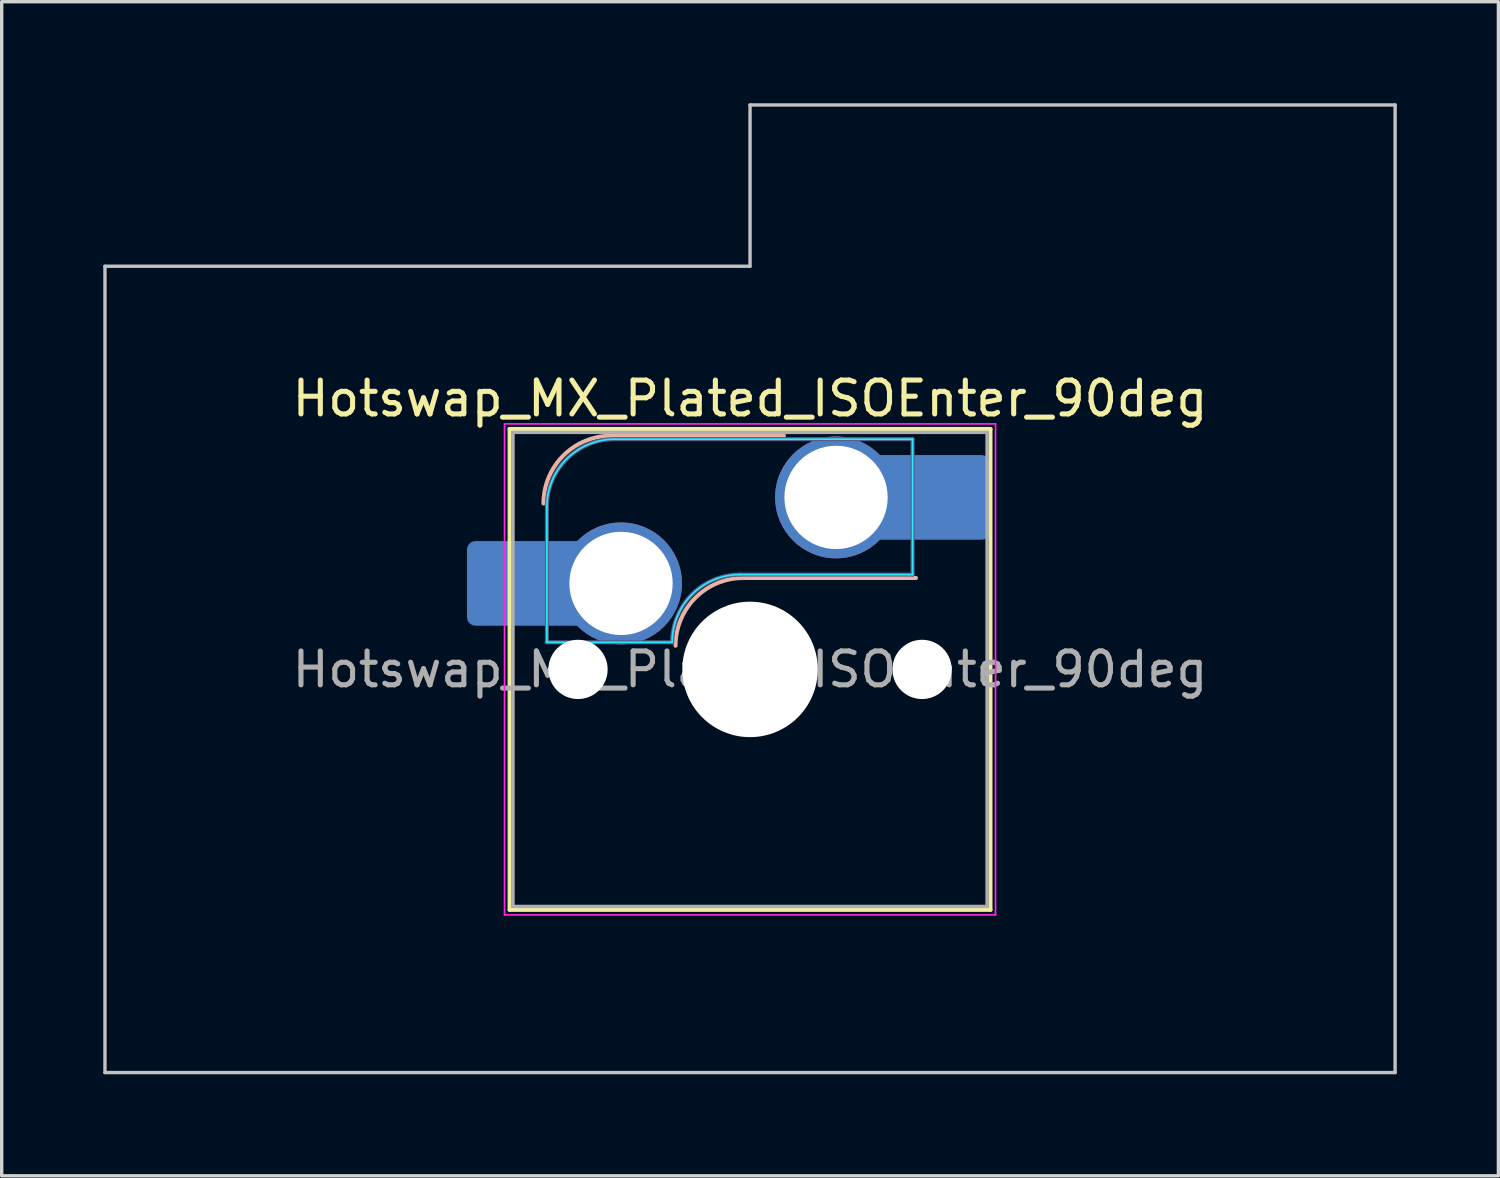
<source format=kicad_pcb>
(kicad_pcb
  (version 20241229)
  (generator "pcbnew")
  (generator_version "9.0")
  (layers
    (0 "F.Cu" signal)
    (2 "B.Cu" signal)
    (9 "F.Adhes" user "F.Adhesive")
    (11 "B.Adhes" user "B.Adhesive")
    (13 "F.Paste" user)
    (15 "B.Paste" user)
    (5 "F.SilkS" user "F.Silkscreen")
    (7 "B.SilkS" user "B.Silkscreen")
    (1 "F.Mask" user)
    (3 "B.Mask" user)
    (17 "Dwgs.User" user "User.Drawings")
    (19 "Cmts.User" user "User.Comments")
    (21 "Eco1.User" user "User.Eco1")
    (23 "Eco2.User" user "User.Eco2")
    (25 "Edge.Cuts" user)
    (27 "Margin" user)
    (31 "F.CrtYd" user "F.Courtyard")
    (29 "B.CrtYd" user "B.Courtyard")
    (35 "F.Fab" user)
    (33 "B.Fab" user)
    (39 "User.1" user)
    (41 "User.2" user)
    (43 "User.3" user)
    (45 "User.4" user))
  (footprint "Hotswap_MX_Plated_ISOEnter_90deg"
    (layer "F.Cu")
    (at 19.1 16.719)
    (property "Reference" "Hotswap_MX_Plated_ISOEnter_90deg" (at 0 -8 0) (layer "F.SilkS") (effects (font (size 1 1) (thickness 0.15))))
    (attr smd allow_soldermask_bridges)
    (fp_line (start -7.1 -7.1) (end -7.1 7.1) (stroke (width 0.12) (type solid)) (layer "F.SilkS"))
    (fp_line (start -7.1 7.1) (end 7.1 7.1) (stroke (width 0.12) (type solid)) (layer "F.SilkS"))
    (fp_line (start 7.1 -7.1) (end -7.1 -7.1) (stroke (width 0.12) (type solid)) (layer "F.SilkS"))
    (fp_line (start 7.1 7.1) (end 7.1 -7.1) (stroke (width 0.12) (type solid)) (layer "F.SilkS"))
    (fp_line (start -4.1 -6.9) (end 1 -6.9) (stroke (width 0.12) (type solid)) (layer "B.SilkS"))
    (fp_line (start -0.2 -2.7) (end 4.9 -2.7) (stroke (width 0.12) (type solid)) (layer "B.SilkS"))
    (fp_arc (start -6.1 -4.9) (mid -5.514214 -6.314214) (end -4.1 -6.9) (stroke (width 0.12) (type solid)) (layer "B.SilkS"))
    (fp_arc (start -2.2 -0.7) (mid -1.614214 -2.114214) (end -0.2 -2.7) (stroke (width 0.12) (type solid)) (layer "B.SilkS"))
    (fp_line (start -19.05 -11.906) (end -19.05 11.906) (stroke (width 0.1) (type solid)) (layer "Dwgs.User"))
    (fp_line (start -19.05 11.906) (end 19.05 11.906) (stroke (width 0.1) (type solid)) (layer "Dwgs.User"))
    (fp_line (start 0 -16.669) (end 0 -11.906) (stroke (width 0.1) (type solid)) (layer "Dwgs.User"))
    (fp_line (start 0 -11.906) (end -19.05 -11.906) (stroke (width 0.1) (type solid)) (layer "Dwgs.User"))
    (fp_line (start 19.05 -16.669) (end 0 -16.669) (stroke (width 0.1) (type solid)) (layer "Dwgs.User"))
    (fp_line (start 19.05 11.906) (end 19.05 -16.669) (stroke (width 0.1) (type solid)) (layer "Dwgs.User"))
    (fp_line (start -7.8 -6) (end -7 -6) (stroke (width 0.1) (type solid)) (layer "Eco1.User"))
    (fp_line (start -7.8 -2.9) (end -7.8 -6) (stroke (width 0.1) (type solid)) (layer "Eco1.User"))
    (fp_line (start -7.8 2.9) (end -7 2.9) (stroke (width 0.1) (type solid)) (layer "Eco1.User"))
    (fp_line (start -7.8 6) (end -7.8 2.9) (stroke (width 0.1) (type solid)) (layer "Eco1.User"))
    (fp_line (start -7 -7) (end 7 -7) (stroke (width 0.1) (type solid)) (layer "Eco1.User"))
    (fp_line (start -7 -6) (end -7 -7) (stroke (width 0.1) (type solid)) (layer "Eco1.User"))
    (fp_line (start -7 -2.9) (end -7.8 -2.9) (stroke (width 0.1) (type solid)) (layer "Eco1.User"))
    (fp_line (start -7 2.9) (end -7 -2.9) (stroke (width 0.1) (type solid)) (layer "Eco1.User"))
    (fp_line (start -7 6) (end -7.8 6) (stroke (width 0.1) (type solid)) (layer "Eco1.User"))
    (fp_line (start -7 7) (end -7 6) (stroke (width 0.1) (type solid)) (layer "Eco1.User"))
    (fp_line (start 7 -7) (end 7 -6) (stroke (width 0.1) (type solid)) (layer "Eco1.User"))
    (fp_line (start 7 -6) (end 7.8 -6) (stroke (width 0.1) (type solid)) (layer "Eco1.User"))
    (fp_line (start 7 -2.9) (end 7 2.9) (stroke (width 0.1) (type solid)) (layer "Eco1.User"))
    (fp_line (start 7 2.9) (end 7.8 2.9) (stroke (width 0.1) (type solid)) (layer "Eco1.User"))
    (fp_line (start 7 6) (end 7 7) (stroke (width 0.1) (type solid)) (layer "Eco1.User"))
    (fp_line (start 7 7) (end -7 7) (stroke (width 0.1) (type solid)) (layer "Eco1.User"))
    (fp_line (start 7.8 -6) (end 7.8 -2.9) (stroke (width 0.1) (type solid)) (layer "Eco1.User"))
    (fp_line (start 7.8 -2.9) (end 7 -2.9) (stroke (width 0.1) (type solid)) (layer "Eco1.User"))
    (fp_line (start 7.8 2.9) (end 7.8 6) (stroke (width 0.1) (type solid)) (layer "Eco1.User"))
    (fp_line (start 7.8 6) (end 7 6) (stroke (width 0.1) (type solid)) (layer "Eco1.User"))
    (fp_line (start -6 -0.8) (end -6 -4.8) (stroke (width 0.05) (type solid)) (layer "B.CrtYd"))
    (fp_line (start -6 -0.8) (end -2.3 -0.8) (stroke (width 0.05) (type solid)) (layer "B.CrtYd"))
    (fp_line (start -4 -6.8) (end 4.8 -6.8) (stroke (width 0.05) (type solid)) (layer "B.CrtYd"))
    (fp_line (start -0.3 -2.8) (end 4.8 -2.8) (stroke (width 0.05) (type solid)) (layer "B.CrtYd"))
    (fp_line (start 4.8 -6.8) (end 4.8 -2.8) (stroke (width 0.05) (type solid)) (layer "B.CrtYd"))
    (fp_arc (start -6 -4.8) (mid -5.414214 -6.214214) (end -4 -6.8) (stroke (width 0.05) (type solid)) (layer "B.CrtYd"))
    (fp_arc (start -2.3 -0.8) (mid -1.714214 -2.214214) (end -0.3 -2.8) (stroke (width 0.05) (type solid)) (layer "B.CrtYd"))
    (fp_line (start -7.25 -7.25) (end -7.25 7.25) (stroke (width 0.05) (type solid)) (layer "F.CrtYd"))
    (fp_line (start -7.25 7.25) (end 7.25 7.25) (stroke (width 0.05) (type solid)) (layer "F.CrtYd"))
    (fp_line (start 7.25 -7.25) (end -7.25 -7.25) (stroke (width 0.05) (type solid)) (layer "F.CrtYd"))
    (fp_line (start 7.25 7.25) (end 7.25 -7.25) (stroke (width 0.05) (type solid)) (layer "F.CrtYd"))
    (fp_line (start -6 -0.8) (end -6 -4.8) (stroke (width 0.12) (type solid)) (layer "B.Fab"))
    (fp_line (start -6 -0.8) (end -2.3 -0.8) (stroke (width 0.12) (type solid)) (layer "B.Fab"))
    (fp_line (start -4 -6.8) (end 4.8 -6.8) (stroke (width 0.12) (type solid)) (layer "B.Fab"))
    (fp_line (start -0.3 -2.8) (end 4.8 -2.8) (stroke (width 0.12) (type solid)) (layer "B.Fab"))
    (fp_line (start 4.8 -6.8) (end 4.8 -2.8) (stroke (width 0.12) (type solid)) (layer "B.Fab"))
    (fp_arc (start -6 -4.8) (mid -5.414214 -6.214214) (end -4 -6.8) (stroke (width 0.12) (type solid)) (layer "B.Fab"))
    (fp_arc (start -2.3 -0.8) (mid -1.714214 -2.214214) (end -0.3 -2.8) (stroke (width 0.12) (type solid)) (layer "B.Fab"))
    (fp_line (start -7 -7) (end -7 7) (stroke (width 0.1) (type solid)) (layer "F.Fab"))
    (fp_line (start -7 7) (end 7 7) (stroke (width 0.1) (type solid)) (layer "F.Fab"))
    (fp_line (start 7 -7) (end -7 -7) (stroke (width 0.1) (type solid)) (layer "F.Fab"))
    (fp_line (start 7 7) (end 7 -7) (stroke (width 0.1) (type solid)) (layer "F.Fab"))
    (fp_text user "${REFERENCE}" (at 0 0 0) (layer "F.Fab") (effects (font (size 1 1) (thickness 0.15))))
    (pad "" smd roundrect (at -7.085 -2.54) (size 2.55 2.5) (layers "B.Mask" "B.Paste") (roundrect_rratio 0.1))
    (pad "" np_thru_hole circle (at -5.08 0) (size 1.75 1.75) (drill 1.75) (layers "*.Cu" "*.Mask"))
    (pad "" np_thru_hole circle (at 0 0) (size 4 4) (drill 4) (layers "*.Cu" "*.Mask"))
    (pad "" np_thru_hole circle (at 5.08 0) (size 1.75 1.75) (drill 1.75) (layers "*.Cu" "*.Mask"))
    (pad "" smd roundrect (at 5.842 -5.08) (size 2.55 2.5) (layers "B.Mask" "B.Paste") (roundrect_rratio 0.1))
    (pad "1" smd roundrect (at -6.585 -2.54) (size 3.55 2.5) (layers "B.Cu") (roundrect_rratio 0.1))
    (pad "1" thru_hole circle (at -3.81 -2.54) (size 3.6 3.6) (drill 3.05) (layers "*.Cu" "*.Mask"))
    (pad "2" thru_hole circle (at 2.54 -5.08) (size 3.6 3.6) (drill 3.05) (layers "*.Cu" "*.Mask"))
    (pad "2" smd roundrect (at 5.32 -5.08) (size 3.55 2.5) (layers "B.Cu") (roundrect_rratio 0.1)))
  (gr_rect
    (start -3 -3)
    (end 41.2 31.675)
    (stroke (width 0.1) (type default))
    (fill no)
    (layer "Edge.Cuts")))
</source>
